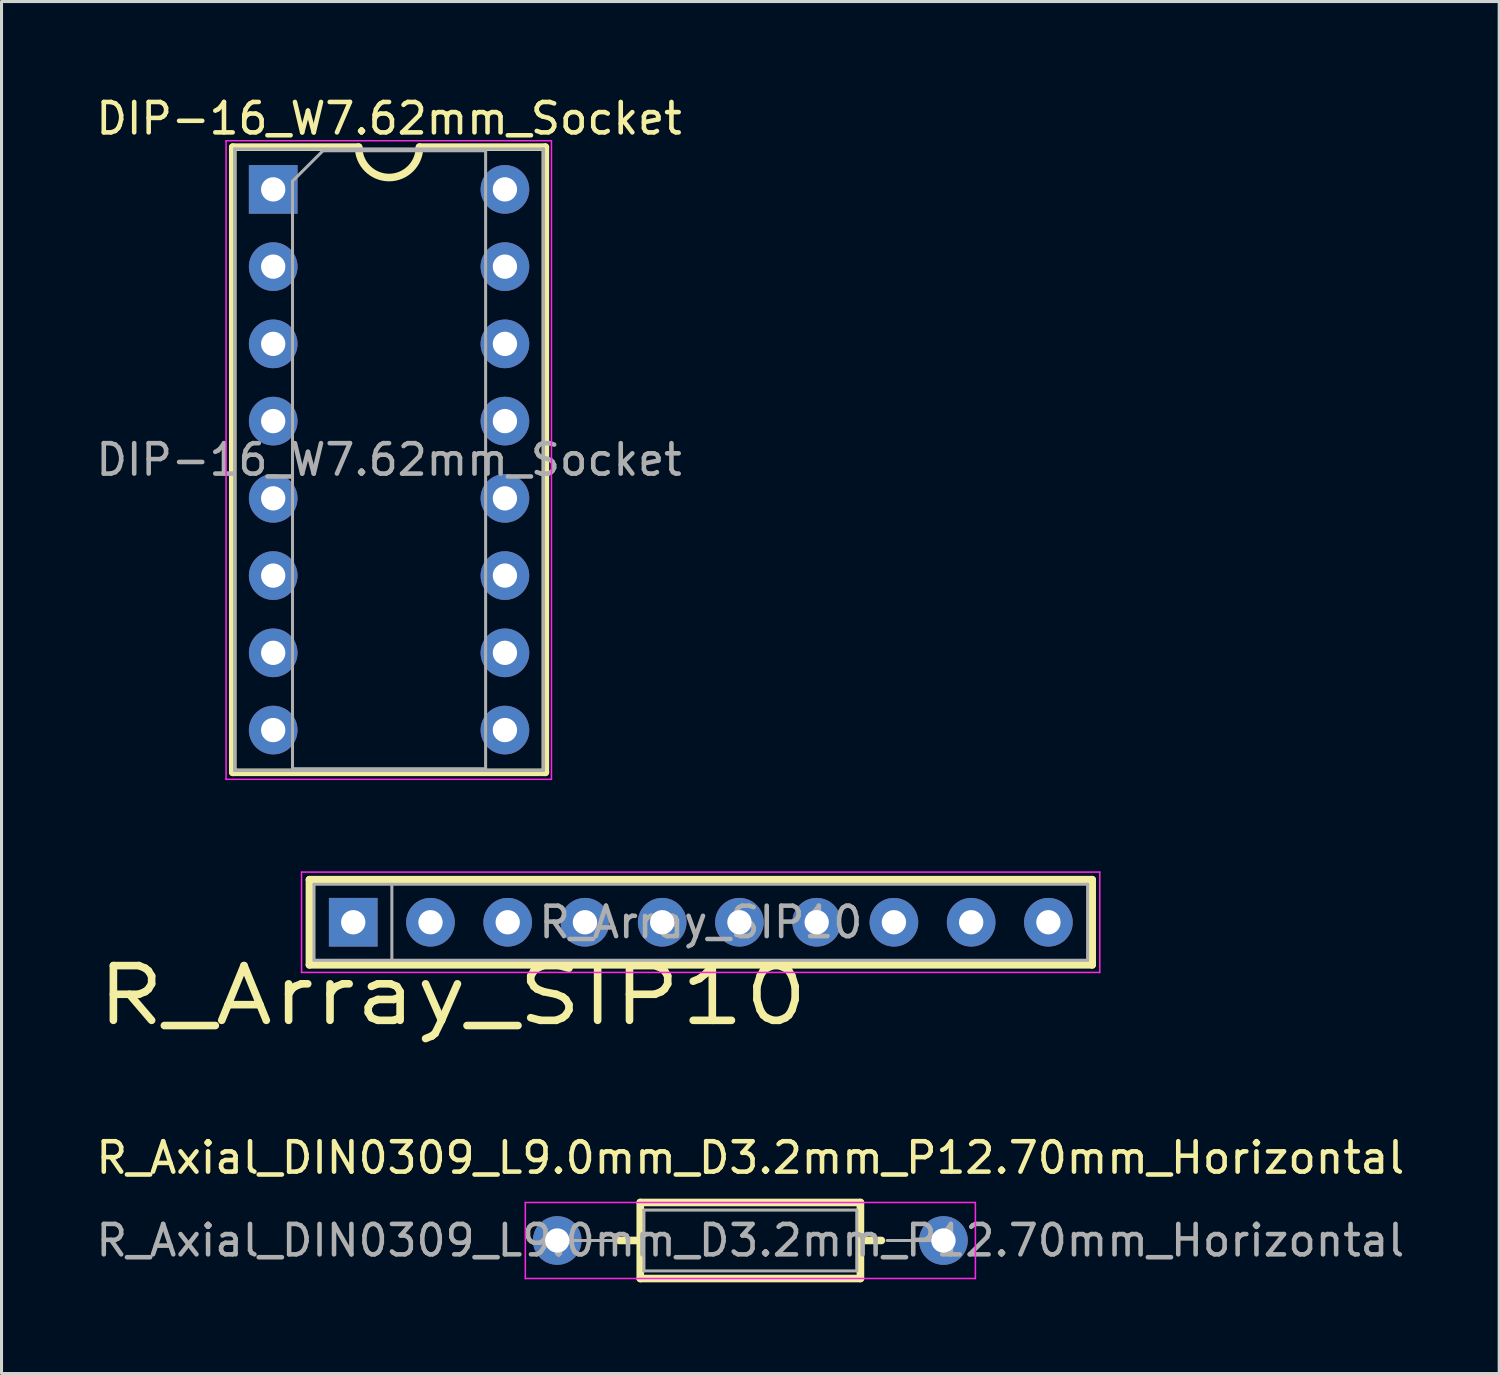
<source format=kicad_pcb>
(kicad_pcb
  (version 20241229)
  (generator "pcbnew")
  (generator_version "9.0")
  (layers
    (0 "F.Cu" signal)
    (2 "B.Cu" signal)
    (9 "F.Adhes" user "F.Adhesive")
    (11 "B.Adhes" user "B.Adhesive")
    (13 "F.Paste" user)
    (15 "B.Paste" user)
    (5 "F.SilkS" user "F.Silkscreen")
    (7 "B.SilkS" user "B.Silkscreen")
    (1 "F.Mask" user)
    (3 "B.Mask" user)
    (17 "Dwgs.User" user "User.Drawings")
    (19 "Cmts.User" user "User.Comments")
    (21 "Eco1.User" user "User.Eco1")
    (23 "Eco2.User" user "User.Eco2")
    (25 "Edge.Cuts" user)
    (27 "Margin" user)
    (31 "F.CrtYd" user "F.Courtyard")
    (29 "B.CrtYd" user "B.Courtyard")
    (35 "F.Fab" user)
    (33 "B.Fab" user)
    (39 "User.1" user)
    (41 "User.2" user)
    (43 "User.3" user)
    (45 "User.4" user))
  (footprint "R_Array_SIP10"
    (layer "F.Cu")
    (at 8.566 27.278)
    (property "Reference" "R_Array_SIP10" (at 3.27 2.405 0) (unlocked yes) (layer "F.SilkS") (effects (font (size 1.8 2.2) (thickness 0.25))))
    (attr through_hole dnp)
    (fp_line (start -1.44 -1.4) (end -1.44 1.4) (stroke (width 0.25) (type solid)) (layer "F.SilkS"))
    (fp_line (start -1.44 1.4) (end 24.3 1.4) (stroke (width 0.25) (type solid)) (layer "F.SilkS"))
    (fp_line (start 24.3 -1.4) (end -1.44 -1.4) (stroke (width 0.25) (type solid)) (layer "F.SilkS"))
    (fp_line (start 24.3 1.4) (end 24.3 -1.4) (stroke (width 0.25) (type solid)) (layer "F.SilkS"))
    (fp_line (start -1.7 -1.65) (end -1.7 1.65) (stroke (width 0.05) (type solid)) (layer "F.CrtYd"))
    (fp_line (start -1.7 1.65) (end 24.55 1.65) (stroke (width 0.05) (type solid)) (layer "F.CrtYd"))
    (fp_line (start 24.55 -1.65) (end -1.7 -1.65) (stroke (width 0.05) (type solid)) (layer "F.CrtYd"))
    (fp_line (start 24.55 1.65) (end 24.55 -1.65) (stroke (width 0.05) (type solid)) (layer "F.CrtYd"))
    (fp_line (start -1.29 -1.25) (end -1.29 1.25) (stroke (width 0.1) (type solid)) (layer "F.Fab"))
    (fp_line (start -1.29 1.25) (end 24.15 1.25) (stroke (width 0.1) (type solid)) (layer "F.Fab"))
    (fp_line (start 1.27 -1.25) (end 1.27 1.25) (stroke (width 0.1) (type solid)) (layer "F.Fab"))
    (fp_line (start 24.15 -1.25) (end -1.29 -1.25) (stroke (width 0.1) (type solid)) (layer "F.Fab"))
    (fp_line (start 24.15 1.25) (end 24.15 -1.25) (stroke (width 0.1) (type solid)) (layer "F.Fab"))
    (fp_text user "${REFERENCE}" (at 11.43 0 0) (layer "F.Fab") (effects (font (size 1 1) (thickness 0.15))))
    (pad "1" thru_hole rect (at 0 0) (size 1.6 1.6) (drill 0.8) (layers "*.Cu" "*.Mask"))
    (pad "2" thru_hole oval (at 2.54 0) (size 1.6 1.6) (drill 0.8) (layers "*.Cu" "*.Mask"))
    (pad "3" thru_hole oval (at 5.08 0) (size 1.6 1.6) (drill 0.8) (layers "*.Cu" "*.Mask"))
    (pad "4" thru_hole oval (at 7.62 0) (size 1.6 1.6) (drill 0.8) (layers "*.Cu" "*.Mask"))
    (pad "5" thru_hole oval (at 10.16 0) (size 1.6 1.6) (drill 0.8) (layers "*.Cu" "*.Mask"))
    (pad "6" thru_hole oval (at 12.7 0) (size 1.6 1.6) (drill 0.8) (layers "*.Cu" "*.Mask"))
    (pad "7" thru_hole oval (at 15.24 0) (size 1.6 1.6) (drill 0.8) (layers "*.Cu" "*.Mask"))
    (pad "8" thru_hole oval (at 17.78 0) (size 1.6 1.6) (drill 0.8) (layers "*.Cu" "*.Mask"))
    (pad "9" thru_hole oval (at 20.32 0) (size 1.6 1.6) (drill 0.8) (layers "*.Cu" "*.Mask"))
    (pad "10" thru_hole oval (at 22.86 0) (size 1.6 1.6) (drill 0.8) (layers "*.Cu" "*.Mask")))
  (footprint "DIP-16_W7.62mm_Socket"
    (layer "F.Cu")
    (at 5.934 3.178)
    (property "Reference" "DIP-16_W7.62mm_Socket" (at 3.81 -2.33 0) (layer "F.SilkS") (effects (font (size 1 1) (thickness 0.15))))
    (attr through_hole)
    (fp_line (start -1.33 -1.39) (end -1.33 19.17) (stroke (width 0.25) (type solid)) (layer "F.SilkS"))
    (fp_line (start -1.33 19.17) (end 8.95 19.17) (stroke (width 0.25) (type solid)) (layer "F.SilkS"))
    (fp_line (start 2.81 -1.39) (end -1.33 -1.39) (stroke (width 0.25) (type solid)) (layer "F.SilkS"))
    (fp_line (start 4.81 -1.39) (end 8.95 -1.39) (stroke (width 0.25) (type default)) (layer "F.SilkS"))
    (fp_line (start 8.95 19.17) (end 8.95 -1.39) (stroke (width 0.25) (type solid)) (layer "F.SilkS"))
    (fp_arc (start 4.81 -1.39) (mid 3.81 -0.39) (end 2.81 -1.39) (stroke (width 0.25) (type solid)) (layer "F.SilkS"))
    (fp_line (start -1.55 -1.6) (end -1.55 19.4) (stroke (width 0.05) (type solid)) (layer "F.CrtYd"))
    (fp_line (start -1.55 19.4) (end 9.15 19.4) (stroke (width 0.05) (type solid)) (layer "F.CrtYd"))
    (fp_line (start 9.15 -1.6) (end -1.55 -1.6) (stroke (width 0.05) (type solid)) (layer "F.CrtYd"))
    (fp_line (start 9.15 19.4) (end 9.15 -1.6) (stroke (width 0.05) (type solid)) (layer "F.CrtYd"))
    (fp_line (start -1.27 -1.33) (end -1.27 19.11) (stroke (width 0.1) (type solid)) (layer "F.Fab"))
    (fp_line (start -1.27 19.11) (end 8.89 19.11) (stroke (width 0.1) (type solid)) (layer "F.Fab"))
    (fp_line (start 0.635 -0.27) (end 1.635 -1.27) (stroke (width 0.1) (type solid)) (layer "F.Fab"))
    (fp_line (start 0.635 19.05) (end 0.635 -0.27) (stroke (width 0.1) (type solid)) (layer "F.Fab"))
    (fp_line (start 1.635 -1.27) (end 6.985 -1.27) (stroke (width 0.1) (type solid)) (layer "F.Fab"))
    (fp_line (start 6.985 -1.27) (end 6.985 19.05) (stroke (width 0.1) (type solid)) (layer "F.Fab"))
    (fp_line (start 6.985 19.05) (end 0.635 19.05) (stroke (width 0.1) (type solid)) (layer "F.Fab"))
    (fp_line (start 8.89 -1.33) (end -1.27 -1.33) (stroke (width 0.1) (type solid)) (layer "F.Fab"))
    (fp_line (start 8.89 19.11) (end 8.89 -1.33) (stroke (width 0.1) (type solid)) (layer "F.Fab"))
    (fp_text user "${REFERENCE}" (at 3.81 8.89 0) (layer "F.Fab") (effects (font (size 1 1) (thickness 0.15))))
    (pad "1" thru_hole rect (at 0 0) (size 1.6 1.6) (drill 0.8) (layers "*.Cu" "*.Mask"))
    (pad "2" thru_hole oval (at 0 2.54) (size 1.6 1.6) (drill 0.8) (layers "*.Cu" "*.Mask"))
    (pad "3" thru_hole oval (at 0 5.08) (size 1.6 1.6) (drill 0.8) (layers "*.Cu" "*.Mask"))
    (pad "4" thru_hole oval (at 0 7.62) (size 1.6 1.6) (drill 0.8) (layers "*.Cu" "*.Mask"))
    (pad "5" thru_hole oval (at 0 10.16) (size 1.6 1.6) (drill 0.8) (layers "*.Cu" "*.Mask"))
    (pad "6" thru_hole oval (at 0 12.7) (size 1.6 1.6) (drill 0.8) (layers "*.Cu" "*.Mask"))
    (pad "7" thru_hole oval (at 0 15.24) (size 1.6 1.6) (drill 0.8) (layers "*.Cu" "*.Mask"))
    (pad "8" thru_hole oval (at 0 17.78) (size 1.6 1.6) (drill 0.8) (layers "*.Cu" "*.Mask"))
    (pad "9" thru_hole oval (at 7.62 17.78) (size 1.6 1.6) (drill 0.8) (layers "*.Cu" "*.Mask"))
    (pad "10" thru_hole oval (at 7.62 15.24) (size 1.6 1.6) (drill 0.8) (layers "*.Cu" "*.Mask"))
    (pad "11" thru_hole oval (at 7.62 12.7) (size 1.6 1.6) (drill 0.8) (layers "*.Cu" "*.Mask"))
    (pad "12" thru_hole oval (at 7.62 10.16) (size 1.6 1.6) (drill 0.8) (layers "*.Cu" "*.Mask"))
    (pad "13" thru_hole oval (at 7.62 7.62) (size 1.6 1.6) (drill 0.8) (layers "*.Cu" "*.Mask"))
    (pad "14" thru_hole oval (at 7.62 5.08) (size 1.6 1.6) (drill 0.8) (layers "*.Cu" "*.Mask"))
    (pad "15" thru_hole oval (at 7.62 2.54) (size 1.6 1.6) (drill 0.8) (layers "*.Cu" "*.Mask"))
    (pad "16" thru_hole oval (at 7.62 0) (size 1.6 1.6) (drill 0.8) (layers "*.Cu" "*.Mask")))
  (footprint "R_Axial_DIN0309_L9.0mm_D3.2mm_P12.70mm_Horizontal"
    (layer "F.Cu")
    (at 15.275 37.743)
    (property "Reference" "R_Axial_DIN0309_L9.0mm_D3.2mm_P12.70mm_Horizontal" (at 6.35 -2.72 180) (layer "F.SilkS") (effects (font (size 1 1) (thickness 0.15))))
    (attr through_hole dnp)
    (fp_line (start 2.04 0) (end 2.73 0) (stroke (width 0.25) (type solid)) (layer "F.SilkS"))
    (fp_line (start 2.73 -1.25) (end 2.73 1.25) (stroke (width 0.25) (type solid)) (layer "F.SilkS"))
    (fp_line (start 2.73 -1.25) (end 9.97 -1.25) (stroke (width 0.25) (type solid)) (layer "F.SilkS"))
    (fp_line (start 2.73 1.25) (end 9.97 1.25) (stroke (width 0.25) (type solid)) (layer "F.SilkS"))
    (fp_line (start 9.97 -1.25) (end 9.97 1.25) (stroke (width 0.25) (type solid)) (layer "F.SilkS"))
    (fp_line (start 10.66 0) (end 9.97 0) (stroke (width 0.25) (type solid)) (layer "F.SilkS"))
    (fp_line (start -1.05 -1.25) (end -1.05 1.25) (stroke (width 0.05) (type solid)) (layer "F.CrtYd"))
    (fp_line (start -1.05 1.25) (end 13.75 1.25) (stroke (width 0.05) (type solid)) (layer "F.CrtYd"))
    (fp_line (start 13.75 -1.25) (end -1.05 -1.25) (stroke (width 0.05) (type solid)) (layer "F.CrtYd"))
    (fp_line (start 13.75 1.25) (end 13.75 -1.25) (stroke (width 0.05) (type solid)) (layer "F.CrtYd"))
    (fp_line (start 0 0) (end 1.85 0) (stroke (width 0.1) (type solid)) (layer "F.Fab"))
    (fp_line (start 2.85 -1) (end 2.85 1) (stroke (width 0.1) (type solid)) (layer "F.Fab"))
    (fp_line (start 2.85 1) (end 9.85 1) (stroke (width 0.1) (type solid)) (layer "F.Fab"))
    (fp_line (start 9.85 -1) (end 2.85 -1) (stroke (width 0.1) (type solid)) (layer "F.Fab"))
    (fp_line (start 9.85 1) (end 9.85 -1) (stroke (width 0.1) (type solid)) (layer "F.Fab"))
    (fp_line (start 12.7 0) (end 10.85 0) (stroke (width 0.1) (type solid)) (layer "F.Fab"))
    (fp_text user "${REFERENCE}" (at 6.35 0 180) (layer "F.Fab") (effects (font (size 1 1) (thickness 0.15))))
    (pad "1" thru_hole circle (at 0 0) (size 1.6 1.6) (drill 0.8) (layers "*.Cu" "*.Mask"))
    (pad "2" thru_hole oval (at 12.7 0) (size 1.6 1.6) (drill 0.8) (layers "*.Cu" "*.Mask")))
  (gr_rect
    (start -3 -3)
    (end 46.25 42.118)
    (stroke (width 0.1) (type default))
    (fill no)
    (layer "Edge.Cuts")))
</source>
